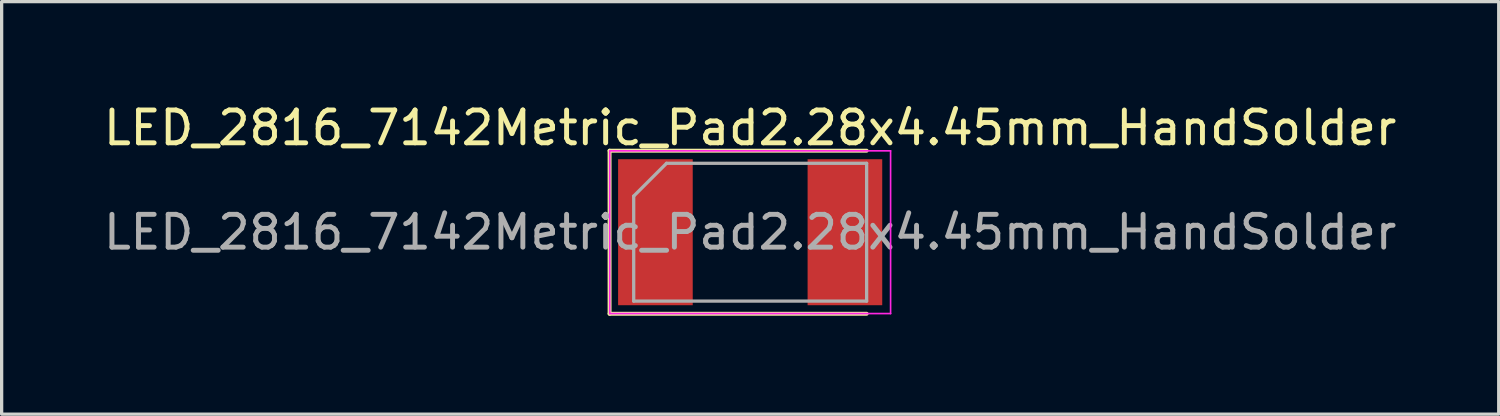
<source format=kicad_pcb>
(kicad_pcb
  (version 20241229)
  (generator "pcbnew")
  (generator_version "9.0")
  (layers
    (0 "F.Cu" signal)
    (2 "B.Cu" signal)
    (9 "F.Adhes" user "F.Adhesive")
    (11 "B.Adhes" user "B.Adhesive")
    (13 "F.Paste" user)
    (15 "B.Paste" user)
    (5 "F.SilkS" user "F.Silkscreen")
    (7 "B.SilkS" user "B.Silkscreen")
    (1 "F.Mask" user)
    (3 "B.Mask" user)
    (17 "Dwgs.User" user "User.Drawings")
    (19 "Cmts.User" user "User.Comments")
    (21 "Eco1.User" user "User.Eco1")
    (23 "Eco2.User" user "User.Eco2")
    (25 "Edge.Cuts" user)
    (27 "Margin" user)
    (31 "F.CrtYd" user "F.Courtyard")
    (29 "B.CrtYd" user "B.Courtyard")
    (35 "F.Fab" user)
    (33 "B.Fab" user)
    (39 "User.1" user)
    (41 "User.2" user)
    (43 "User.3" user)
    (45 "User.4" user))
  (footprint "LED_2816_7142Metric_Pad2.28x4.45mm_HandSolder"
    (layer "F.Cu")
    (at 19.815 4.028)
    (property "Reference" "LED_2816_7142Metric_Pad2.28x4.45mm_HandSolder" (at 0 -3.18 0) (layer "F.SilkS") (effects (font (size 1 1) (thickness 0.15))))
    (attr smd)
    (fp_line (start -4.285 -2.485) (end -4.285 2.485) (stroke (width 0.12) (type solid)) (layer "F.SilkS"))
    (fp_line (start -4.285 2.485) (end 3.55 2.485) (stroke (width 0.12) (type solid)) (layer "F.SilkS"))
    (fp_line (start 3.55 -2.485) (end -4.285 -2.485) (stroke (width 0.12) (type solid)) (layer "F.SilkS"))
    (fp_line (start -4.28 -2.48) (end 4.28 -2.48) (stroke (width 0.05) (type solid)) (layer "F.CrtYd"))
    (fp_line (start -4.28 2.48) (end -4.28 -2.48) (stroke (width 0.05) (type solid)) (layer "F.CrtYd"))
    (fp_line (start 4.28 -2.48) (end 4.28 2.48) (stroke (width 0.05) (type solid)) (layer "F.CrtYd"))
    (fp_line (start 4.28 2.48) (end -4.28 2.48) (stroke (width 0.05) (type solid)) (layer "F.CrtYd"))
    (fp_line (start -3.55 -1.1) (end -3.55 2.1) (stroke (width 0.1) (type solid)) (layer "F.Fab"))
    (fp_line (start -3.55 2.1) (end 3.55 2.1) (stroke (width 0.1) (type solid)) (layer "F.Fab"))
    (fp_line (start -2.55 -2.1) (end -3.55 -1.1) (stroke (width 0.1) (type solid)) (layer "F.Fab"))
    (fp_line (start 3.55 -2.1) (end -2.55 -2.1) (stroke (width 0.1) (type solid)) (layer "F.Fab"))
    (fp_line (start 3.55 2.1) (end 3.55 -2.1) (stroke (width 0.1) (type solid)) (layer "F.Fab"))
    (fp_text user "${REFERENCE}" (at 0 0 0) (layer "F.Fab") (effects (font (size 1 1) (thickness 0.15))))
    (pad "1" smd rect (at -2.888 0) (size 2.275 4.45) (layers "F.Cu" "F.Mask" "F.Paste"))
    (pad "2" smd rect (at 2.888 0) (size 2.275 4.45) (layers "F.Cu" "F.Mask" "F.Paste")))
  (gr_rect
    (start -3 -3)
    (end 42.631 9.573)
    (stroke (width 0.1) (type default))
    (fill no)
    (layer "Edge.Cuts")))
</source>
